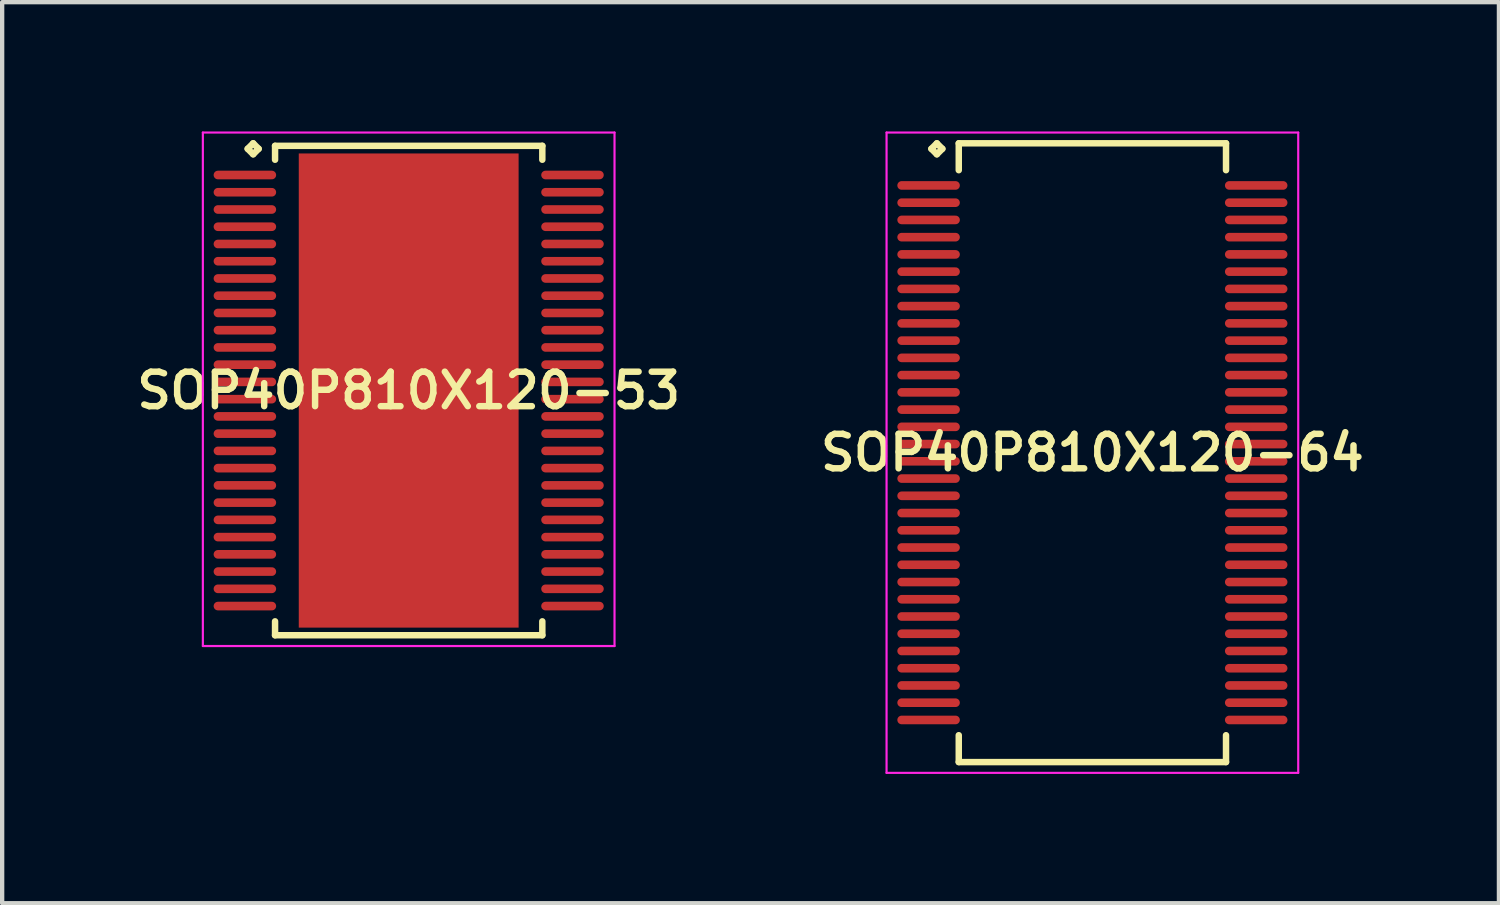
<source format=kicad_pcb>
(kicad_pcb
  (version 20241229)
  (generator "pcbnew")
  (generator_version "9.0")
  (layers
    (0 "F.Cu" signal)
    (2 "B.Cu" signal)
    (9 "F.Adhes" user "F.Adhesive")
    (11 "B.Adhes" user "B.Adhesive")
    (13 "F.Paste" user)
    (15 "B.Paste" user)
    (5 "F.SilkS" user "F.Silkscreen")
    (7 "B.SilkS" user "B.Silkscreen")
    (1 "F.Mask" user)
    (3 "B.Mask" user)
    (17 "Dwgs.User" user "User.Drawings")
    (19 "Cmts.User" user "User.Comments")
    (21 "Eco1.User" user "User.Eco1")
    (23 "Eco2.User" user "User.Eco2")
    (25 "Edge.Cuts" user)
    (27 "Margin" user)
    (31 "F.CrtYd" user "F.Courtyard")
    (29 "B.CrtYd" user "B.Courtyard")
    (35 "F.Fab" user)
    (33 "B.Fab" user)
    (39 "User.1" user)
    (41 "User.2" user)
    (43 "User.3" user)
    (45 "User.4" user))
  (footprint "SOP40P810X120-53"
    (layer "F.Cu")
    (at 6.431 6.01)
    (property "Reference" "SOP40P810X120-53" (at 0 0 0) (layer "F.SilkS") (effects (font (size 0.8 0.8) (thickness 0.15))))
    (attr smd)
    (fp_line (start -3.735 -5.608) (end -3.608 -5.735) (stroke (width 0.15) (type solid)) (layer "F.SilkS"))
    (fp_line (start -3.608 -5.735) (end -3.481 -5.608) (stroke (width 0.15) (type solid)) (layer "F.SilkS"))
    (fp_line (start -3.608 -5.481) (end -3.735 -5.608) (stroke (width 0.15) (type solid)) (layer "F.SilkS"))
    (fp_line (start -3.481 -5.608) (end -3.608 -5.481) (stroke (width 0.15) (type solid)) (layer "F.SilkS"))
    (fp_line (start -3.1 -5.677) (end 3.1 -5.677) (stroke (width 0.15) (type solid)) (layer "F.SilkS"))
    (fp_line (start -3.1 -5.354) (end -3.1 -5.677) (stroke (width 0.15) (type solid)) (layer "F.SilkS"))
    (fp_line (start -3.1 5.354) (end -3.1 5.677) (stroke (width 0.15) (type solid)) (layer "F.SilkS"))
    (fp_line (start -3.1 5.677) (end 3.1 5.677) (stroke (width 0.15) (type solid)) (layer "F.SilkS"))
    (fp_line (start 3.1 -5.677) (end 3.1 -5.354) (stroke (width 0.15) (type solid)) (layer "F.SilkS"))
    (fp_line (start 3.1 5.677) (end 3.1 5.354) (stroke (width 0.15) (type solid)) (layer "F.SilkS"))
    (fp_line (start -4.775 -5.985) (end 4.775 -5.985) (stroke (width 0.05) (type solid)) (layer "F.CrtYd"))
    (fp_line (start -4.775 5.927) (end -4.775 -5.985) (stroke (width 0.05) (type solid)) (layer "F.CrtYd"))
    (fp_line (start 4.775 -5.985) (end 4.775 5.927) (stroke (width 0.05) (type solid)) (layer "F.CrtYd"))
    (fp_line (start 4.775 5.927) (end -4.775 5.927) (stroke (width 0.05) (type solid)) (layer "F.CrtYd"))
    (pad "1" smd oval (at -3.8 -5) (size 1.45 0.2) (layers "F.Cu" "F.Mask" "F.Paste"))
    (pad "2" smd oval (at -3.8 -4.6) (size 1.45 0.2) (layers "F.Cu" "F.Mask" "F.Paste"))
    (pad "3" smd oval (at -3.8 -4.2) (size 1.45 0.2) (layers "F.Cu" "F.Mask" "F.Paste"))
    (pad "4" smd oval (at -3.8 -3.8) (size 1.45 0.2) (layers "F.Cu" "F.Mask" "F.Paste"))
    (pad "5" smd oval (at -3.8 -3.4) (size 1.45 0.2) (layers "F.Cu" "F.Mask" "F.Paste"))
    (pad "6" smd oval (at -3.8 -3) (size 1.45 0.2) (layers "F.Cu" "F.Mask" "F.Paste"))
    (pad "7" smd oval (at -3.8 -2.6) (size 1.45 0.2) (layers "F.Cu" "F.Mask" "F.Paste"))
    (pad "8" smd oval (at -3.8 -2.2) (size 1.45 0.2) (layers "F.Cu" "F.Mask" "F.Paste"))
    (pad "9" smd oval (at -3.8 -1.8) (size 1.45 0.2) (layers "F.Cu" "F.Mask" "F.Paste"))
    (pad "10" smd oval (at -3.8 -1.4) (size 1.45 0.2) (layers "F.Cu" "F.Mask" "F.Paste"))
    (pad "11" smd oval (at -3.8 -1) (size 1.45 0.2) (layers "F.Cu" "F.Mask" "F.Paste"))
    (pad "12" smd oval (at -3.8 -0.6) (size 1.45 0.2) (layers "F.Cu" "F.Mask" "F.Paste"))
    (pad "13" smd oval (at -3.8 -0.2) (size 1.45 0.2) (layers "F.Cu" "F.Mask" "F.Paste"))
    (pad "14" smd oval (at -3.8 0.2) (size 1.45 0.2) (layers "F.Cu" "F.Mask" "F.Paste"))
    (pad "15" smd oval (at -3.8 0.6) (size 1.45 0.2) (layers "F.Cu" "F.Mask" "F.Paste"))
    (pad "16" smd oval (at -3.8 1) (size 1.45 0.2) (layers "F.Cu" "F.Mask" "F.Paste"))
    (pad "17" smd oval (at -3.8 1.4) (size 1.45 0.2) (layers "F.Cu" "F.Mask" "F.Paste"))
    (pad "18" smd oval (at -3.8 1.8) (size 1.45 0.2) (layers "F.Cu" "F.Mask" "F.Paste"))
    (pad "19" smd oval (at -3.8 2.2) (size 1.45 0.2) (layers "F.Cu" "F.Mask" "F.Paste"))
    (pad "20" smd oval (at -3.8 2.6) (size 1.45 0.2) (layers "F.Cu" "F.Mask" "F.Paste"))
    (pad "21" smd oval (at -3.8 3) (size 1.45 0.2) (layers "F.Cu" "F.Mask" "F.Paste"))
    (pad "22" smd oval (at -3.8 3.4) (size 1.45 0.2) (layers "F.Cu" "F.Mask" "F.Paste"))
    (pad "23" smd oval (at -3.8 3.8) (size 1.45 0.2) (layers "F.Cu" "F.Mask" "F.Paste"))
    (pad "24" smd oval (at -3.8 4.2) (size 1.45 0.2) (layers "F.Cu" "F.Mask" "F.Paste"))
    (pad "25" smd oval (at -3.8 4.6) (size 1.45 0.2) (layers "F.Cu" "F.Mask" "F.Paste"))
    (pad "26" smd oval (at -3.8 5) (size 1.45 0.2) (layers "F.Cu" "F.Mask" "F.Paste"))
    (pad "27" smd oval (at 3.8 5) (size 1.45 0.2) (layers "F.Cu" "F.Mask" "F.Paste"))
    (pad "28" smd oval (at 3.8 4.6) (size 1.45 0.2) (layers "F.Cu" "F.Mask" "F.Paste"))
    (pad "29" smd oval (at 3.8 4.2) (size 1.45 0.2) (layers "F.Cu" "F.Mask" "F.Paste"))
    (pad "30" smd oval (at 3.8 3.8) (size 1.45 0.2) (layers "F.Cu" "F.Mask" "F.Paste"))
    (pad "31" smd oval (at 3.8 3.4) (size 1.45 0.2) (layers "F.Cu" "F.Mask" "F.Paste"))
    (pad "32" smd oval (at 3.8 3) (size 1.45 0.2) (layers "F.Cu" "F.Mask" "F.Paste"))
    (pad "33" smd oval (at 3.8 2.6) (size 1.45 0.2) (layers "F.Cu" "F.Mask" "F.Paste"))
    (pad "34" smd oval (at 3.8 2.2) (size 1.45 0.2) (layers "F.Cu" "F.Mask" "F.Paste"))
    (pad "35" smd oval (at 3.8 1.8) (size 1.45 0.2) (layers "F.Cu" "F.Mask" "F.Paste"))
    (pad "36" smd oval (at 3.8 1.4) (size 1.45 0.2) (layers "F.Cu" "F.Mask" "F.Paste"))
    (pad "37" smd oval (at 3.8 1) (size 1.45 0.2) (layers "F.Cu" "F.Mask" "F.Paste"))
    (pad "38" smd oval (at 3.8 0.6) (size 1.45 0.2) (layers "F.Cu" "F.Mask" "F.Paste"))
    (pad "39" smd oval (at 3.8 0.2) (size 1.45 0.2) (layers "F.Cu" "F.Mask" "F.Paste"))
    (pad "40" smd oval (at 3.8 -0.2) (size 1.45 0.2) (layers "F.Cu" "F.Mask" "F.Paste"))
    (pad "41" smd oval (at 3.8 -0.6) (size 1.45 0.2) (layers "F.Cu" "F.Mask" "F.Paste"))
    (pad "42" smd oval (at 3.8 -1) (size 1.45 0.2) (layers "F.Cu" "F.Mask" "F.Paste"))
    (pad "43" smd oval (at 3.8 -1.4) (size 1.45 0.2) (layers "F.Cu" "F.Mask" "F.Paste"))
    (pad "44" smd oval (at 3.8 -1.8) (size 1.45 0.2) (layers "F.Cu" "F.Mask" "F.Paste"))
    (pad "45" smd oval (at 3.8 -2.2) (size 1.45 0.2) (layers "F.Cu" "F.Mask" "F.Paste"))
    (pad "46" smd oval (at 3.8 -2.6) (size 1.45 0.2) (layers "F.Cu" "F.Mask" "F.Paste"))
    (pad "47" smd oval (at 3.8 -3) (size 1.45 0.2) (layers "F.Cu" "F.Mask" "F.Paste"))
    (pad "48" smd oval (at 3.8 -3.4) (size 1.45 0.2) (layers "F.Cu" "F.Mask" "F.Paste"))
    (pad "49" smd oval (at 3.8 -3.8) (size 1.45 0.2) (layers "F.Cu" "F.Mask" "F.Paste"))
    (pad "50" smd oval (at 3.8 -4.2) (size 1.45 0.2) (layers "F.Cu" "F.Mask" "F.Paste"))
    (pad "51" smd oval (at 3.8 -4.6) (size 1.45 0.2) (layers "F.Cu" "F.Mask" "F.Paste"))
    (pad "52" smd oval (at 3.8 -5) (size 1.45 0.2) (layers "F.Cu" "F.Mask" "F.Paste"))
    (pad "53" smd rect (at 0 0) (size 5.1 11) (layers "F.Cu" "F.Mask" "F.Paste")))
  (footprint "SOP40P810X120-64"
    (layer "F.Cu")
    (at 22.292 7.452)
    (property "Reference" "SOP40P810X120-64" (at 0 0 0) (layer "F.SilkS") (effects (font (size 0.8 0.8) (thickness 0.15))))
    (attr smd)
    (fp_line (start -3.735 -7.05) (end -3.608 -7.177) (stroke (width 0.15) (type solid)) (layer "F.SilkS"))
    (fp_line (start -3.608 -7.177) (end -3.481 -7.05) (stroke (width 0.15) (type solid)) (layer "F.SilkS"))
    (fp_line (start -3.608 -6.923) (end -3.735 -7.05) (stroke (width 0.15) (type solid)) (layer "F.SilkS"))
    (fp_line (start -3.481 -7.05) (end -3.608 -6.923) (stroke (width 0.15) (type solid)) (layer "F.SilkS"))
    (fp_line (start -3.1 -7.177) (end 3.1 -7.177) (stroke (width 0.15) (type solid)) (layer "F.SilkS"))
    (fp_line (start -3.1 -6.554) (end -3.1 -7.177) (stroke (width 0.15) (type solid)) (layer "F.SilkS"))
    (fp_line (start -3.1 6.554) (end -3.1 7.177) (stroke (width 0.15) (type solid)) (layer "F.SilkS"))
    (fp_line (start -3.1 7.177) (end 3.1 7.177) (stroke (width 0.15) (type solid)) (layer "F.SilkS"))
    (fp_line (start 3.1 -7.177) (end 3.1 -6.554) (stroke (width 0.15) (type solid)) (layer "F.SilkS"))
    (fp_line (start 3.1 7.177) (end 3.1 6.554) (stroke (width 0.15) (type solid)) (layer "F.SilkS"))
    (fp_line (start -4.775 -7.427) (end 4.775 -7.427) (stroke (width 0.05) (type solid)) (layer "F.CrtYd"))
    (fp_line (start -4.775 7.427) (end -4.775 -7.427) (stroke (width 0.05) (type solid)) (layer "F.CrtYd"))
    (fp_line (start 4.775 -7.427) (end 4.775 7.427) (stroke (width 0.05) (type solid)) (layer "F.CrtYd"))
    (fp_line (start 4.775 7.427) (end -4.775 7.427) (stroke (width 0.05) (type solid)) (layer "F.CrtYd"))
    (pad "1" smd oval (at -3.8 -6.2) (size 1.45 0.2) (layers "F.Cu" "F.Mask" "F.Paste"))
    (pad "2" smd oval (at -3.8 -5.8) (size 1.45 0.2) (layers "F.Cu" "F.Mask" "F.Paste"))
    (pad "3" smd oval (at -3.8 -5.4) (size 1.45 0.2) (layers "F.Cu" "F.Mask" "F.Paste"))
    (pad "4" smd oval (at -3.8 -5) (size 1.45 0.2) (layers "F.Cu" "F.Mask" "F.Paste"))
    (pad "5" smd oval (at -3.8 -4.6) (size 1.45 0.2) (layers "F.Cu" "F.Mask" "F.Paste"))
    (pad "6" smd oval (at -3.8 -4.2) (size 1.45 0.2) (layers "F.Cu" "F.Mask" "F.Paste"))
    (pad "7" smd oval (at -3.8 -3.8) (size 1.45 0.2) (layers "F.Cu" "F.Mask" "F.Paste"))
    (pad "8" smd oval (at -3.8 -3.4) (size 1.45 0.2) (layers "F.Cu" "F.Mask" "F.Paste"))
    (pad "9" smd oval (at -3.8 -3) (size 1.45 0.2) (layers "F.Cu" "F.Mask" "F.Paste"))
    (pad "10" smd oval (at -3.8 -2.6) (size 1.45 0.2) (layers "F.Cu" "F.Mask" "F.Paste"))
    (pad "11" smd oval (at -3.8 -2.2) (size 1.45 0.2) (layers "F.Cu" "F.Mask" "F.Paste"))
    (pad "12" smd oval (at -3.8 -1.8) (size 1.45 0.2) (layers "F.Cu" "F.Mask" "F.Paste"))
    (pad "13" smd oval (at -3.8 -1.4) (size 1.45 0.2) (layers "F.Cu" "F.Mask" "F.Paste"))
    (pad "14" smd oval (at -3.8 -1) (size 1.45 0.2) (layers "F.Cu" "F.Mask" "F.Paste"))
    (pad "15" smd oval (at -3.8 -0.6) (size 1.45 0.2) (layers "F.Cu" "F.Mask" "F.Paste"))
    (pad "16" smd oval (at -3.8 -0.2) (size 1.45 0.2) (layers "F.Cu" "F.Mask" "F.Paste"))
    (pad "17" smd oval (at -3.8 0.2) (size 1.45 0.2) (layers "F.Cu" "F.Mask" "F.Paste"))
    (pad "18" smd oval (at -3.8 0.6) (size 1.45 0.2) (layers "F.Cu" "F.Mask" "F.Paste"))
    (pad "19" smd oval (at -3.8 1) (size 1.45 0.2) (layers "F.Cu" "F.Mask" "F.Paste"))
    (pad "20" smd oval (at -3.8 1.4) (size 1.45 0.2) (layers "F.Cu" "F.Mask" "F.Paste"))
    (pad "21" smd oval (at -3.8 1.8) (size 1.45 0.2) (layers "F.Cu" "F.Mask" "F.Paste"))
    (pad "22" smd oval (at -3.8 2.2) (size 1.45 0.2) (layers "F.Cu" "F.Mask" "F.Paste"))
    (pad "23" smd oval (at -3.8 2.6) (size 1.45 0.2) (layers "F.Cu" "F.Mask" "F.Paste"))
    (pad "24" smd oval (at -3.8 3) (size 1.45 0.2) (layers "F.Cu" "F.Mask" "F.Paste"))
    (pad "25" smd oval (at -3.8 3.4) (size 1.45 0.2) (layers "F.Cu" "F.Mask" "F.Paste"))
    (pad "26" smd oval (at -3.8 3.8) (size 1.45 0.2) (layers "F.Cu" "F.Mask" "F.Paste"))
    (pad "27" smd oval (at -3.8 4.2) (size 1.45 0.2) (layers "F.Cu" "F.Mask" "F.Paste"))
    (pad "28" smd oval (at -3.8 4.6) (size 1.45 0.2) (layers "F.Cu" "F.Mask" "F.Paste"))
    (pad "29" smd oval (at -3.8 5) (size 1.45 0.2) (layers "F.Cu" "F.Mask" "F.Paste"))
    (pad "30" smd oval (at -3.8 5.4) (size 1.45 0.2) (layers "F.Cu" "F.Mask" "F.Paste"))
    (pad "31" smd oval (at -3.8 5.8) (size 1.45 0.2) (layers "F.Cu" "F.Mask" "F.Paste"))
    (pad "32" smd oval (at -3.8 6.2) (size 1.45 0.2) (layers "F.Cu" "F.Mask" "F.Paste"))
    (pad "33" smd oval (at 3.8 6.2) (size 1.45 0.2) (layers "F.Cu" "F.Mask" "F.Paste"))
    (pad "34" smd oval (at 3.8 5.8) (size 1.45 0.2) (layers "F.Cu" "F.Mask" "F.Paste"))
    (pad "35" smd oval (at 3.8 5.4) (size 1.45 0.2) (layers "F.Cu" "F.Mask" "F.Paste"))
    (pad "36" smd oval (at 3.8 5) (size 1.45 0.2) (layers "F.Cu" "F.Mask" "F.Paste"))
    (pad "37" smd oval (at 3.8 4.6) (size 1.45 0.2) (layers "F.Cu" "F.Mask" "F.Paste"))
    (pad "38" smd oval (at 3.8 4.2) (size 1.45 0.2) (layers "F.Cu" "F.Mask" "F.Paste"))
    (pad "39" smd oval (at 3.8 3.8) (size 1.45 0.2) (layers "F.Cu" "F.Mask" "F.Paste"))
    (pad "40" smd oval (at 3.8 3.4) (size 1.45 0.2) (layers "F.Cu" "F.Mask" "F.Paste"))
    (pad "41" smd oval (at 3.8 3) (size 1.45 0.2) (layers "F.Cu" "F.Mask" "F.Paste"))
    (pad "42" smd oval (at 3.8 2.6) (size 1.45 0.2) (layers "F.Cu" "F.Mask" "F.Paste"))
    (pad "43" smd oval (at 3.8 2.2) (size 1.45 0.2) (layers "F.Cu" "F.Mask" "F.Paste"))
    (pad "44" smd oval (at 3.8 1.8) (size 1.45 0.2) (layers "F.Cu" "F.Mask" "F.Paste"))
    (pad "45" smd oval (at 3.8 1.4) (size 1.45 0.2) (layers "F.Cu" "F.Mask" "F.Paste"))
    (pad "46" smd oval (at 3.8 1) (size 1.45 0.2) (layers "F.Cu" "F.Mask" "F.Paste"))
    (pad "47" smd oval (at 3.8 0.6) (size 1.45 0.2) (layers "F.Cu" "F.Mask" "F.Paste"))
    (pad "48" smd oval (at 3.8 0.2) (size 1.45 0.2) (layers "F.Cu" "F.Mask" "F.Paste"))
    (pad "49" smd oval (at 3.8 -0.2) (size 1.45 0.2) (layers "F.Cu" "F.Mask" "F.Paste"))
    (pad "50" smd oval (at 3.8 -0.6) (size 1.45 0.2) (layers "F.Cu" "F.Mask" "F.Paste"))
    (pad "51" smd oval (at 3.8 -1) (size 1.45 0.2) (layers "F.Cu" "F.Mask" "F.Paste"))
    (pad "52" smd oval (at 3.8 -1.4) (size 1.45 0.2) (layers "F.Cu" "F.Mask" "F.Paste"))
    (pad "53" smd oval (at 3.8 -1.8) (size 1.45 0.2) (layers "F.Cu" "F.Mask" "F.Paste"))
    (pad "54" smd oval (at 3.8 -2.2) (size 1.45 0.2) (layers "F.Cu" "F.Mask" "F.Paste"))
    (pad "55" smd oval (at 3.8 -2.6) (size 1.45 0.2) (layers "F.Cu" "F.Mask" "F.Paste"))
    (pad "56" smd oval (at 3.8 -3) (size 1.45 0.2) (layers "F.Cu" "F.Mask" "F.Paste"))
    (pad "57" smd oval (at 3.8 -3.4) (size 1.45 0.2) (layers "F.Cu" "F.Mask" "F.Paste"))
    (pad "58" smd oval (at 3.8 -3.8) (size 1.45 0.2) (layers "F.Cu" "F.Mask" "F.Paste"))
    (pad "59" smd oval (at 3.8 -4.2) (size 1.45 0.2) (layers "F.Cu" "F.Mask" "F.Paste"))
    (pad "60" smd oval (at 3.8 -4.6) (size 1.45 0.2) (layers "F.Cu" "F.Mask" "F.Paste"))
    (pad "61" smd oval (at 3.8 -5) (size 1.45 0.2) (layers "F.Cu" "F.Mask" "F.Paste"))
    (pad "62" smd oval (at 3.8 -5.4) (size 1.45 0.2) (layers "F.Cu" "F.Mask" "F.Paste"))
    (pad "63" smd oval (at 3.8 -5.8) (size 1.45 0.2) (layers "F.Cu" "F.Mask" "F.Paste"))
    (pad "64" smd oval (at 3.8 -6.2) (size 1.45 0.2) (layers "F.Cu" "F.Mask" "F.Paste")))
  (gr_rect
    (start -3 -3)
    (end 31.723 17.904)
    (stroke (width 0.1) (type default))
    (fill no)
    (layer "Edge.Cuts")))
</source>
